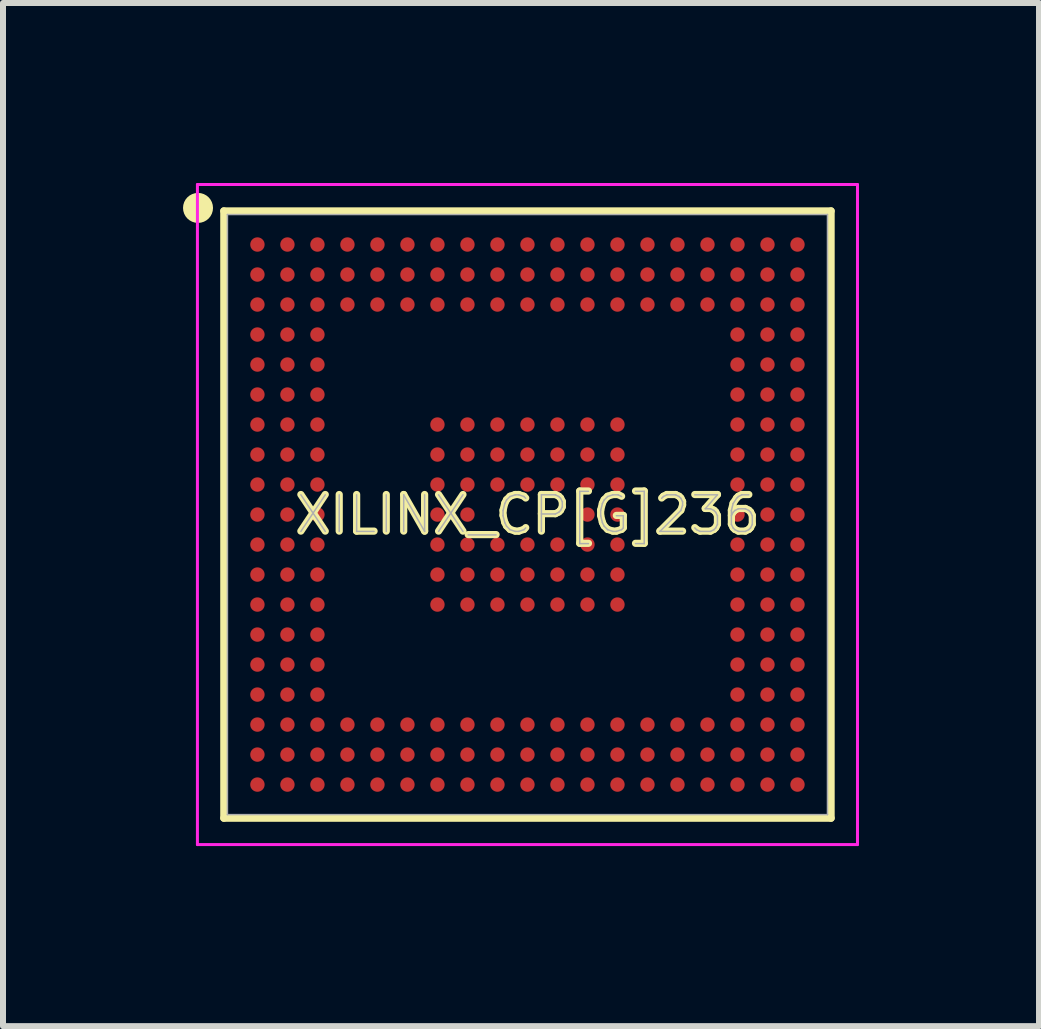
<source format=kicad_pcb>
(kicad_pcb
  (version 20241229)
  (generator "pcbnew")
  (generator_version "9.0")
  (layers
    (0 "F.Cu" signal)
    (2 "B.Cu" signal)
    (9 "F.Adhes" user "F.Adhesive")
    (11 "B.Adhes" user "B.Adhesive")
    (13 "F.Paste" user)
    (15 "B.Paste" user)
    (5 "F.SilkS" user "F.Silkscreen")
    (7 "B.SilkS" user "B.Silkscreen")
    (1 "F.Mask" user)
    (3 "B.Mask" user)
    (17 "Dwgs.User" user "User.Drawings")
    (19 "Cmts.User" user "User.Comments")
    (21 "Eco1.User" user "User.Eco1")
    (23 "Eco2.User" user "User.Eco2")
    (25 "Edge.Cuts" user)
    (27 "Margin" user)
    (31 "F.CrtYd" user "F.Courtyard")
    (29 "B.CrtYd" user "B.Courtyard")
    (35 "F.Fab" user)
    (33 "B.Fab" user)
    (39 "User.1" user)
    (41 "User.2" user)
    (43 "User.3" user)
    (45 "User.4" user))
  (footprint "XILINX_CP[G]236"
    (layer "F.Cu")
    (at 5.74 5.525)
    (property "Reference" "XILINX_CP[G]236" (at 0 0 0) (layer "F.SilkS") (effects (font (size 0.61 0.61) (thickness 0.12))))
    (attr smd)
    (fp_line (start -5.06 -5.06) (end -5.06 5.06) (stroke (width 0.12) (type solid)) (layer "F.SilkS"))
    (fp_line (start -5.06 5.06) (end 5.06 5.06) (stroke (width 0.12) (type solid)) (layer "F.SilkS"))
    (fp_line (start 5.06 -5.06) (end -5.06 -5.06) (stroke (width 0.12) (type solid)) (layer "F.SilkS"))
    (fp_line (start 5.06 5.06) (end 5.06 -5.06) (stroke (width 0.12) (type solid)) (layer "F.SilkS"))
    (fp_circle (center -5.49 -5.11) (end -5.365 -5.11) (stroke (width 0.25) (type solid)) (fill no) (layer "F.SilkS"))
    (fp_line (start -5.5 -5.5) (end 5.5 -5.5) (stroke (width 0.05) (type solid)) (layer "F.CrtYd"))
    (fp_line (start -5.5 5.5) (end -5.5 -5.5) (stroke (width 0.05) (type solid)) (layer "F.CrtYd"))
    (fp_line (start 5.5 -5.5) (end 5.5 5.5) (stroke (width 0.05) (type solid)) (layer "F.CrtYd"))
    (fp_line (start 5.5 5.5) (end -5.5 5.5) (stroke (width 0.05) (type solid)) (layer "F.CrtYd"))
    (fp_line (start -5 -5) (end 5 -5) (stroke (width 0.025) (type solid)) (layer "F.Fab"))
    (fp_line (start -5 5) (end -5 -5) (stroke (width 0.025) (type solid)) (layer "F.Fab"))
    (fp_line (start 5 -5) (end 5 5) (stroke (width 0.025) (type solid)) (layer "F.Fab"))
    (fp_line (start 5 5) (end -5 5) (stroke (width 0.025) (type solid)) (layer "F.Fab"))
    (fp_text user "${REFERENCE}" (at 0 0 0) (layer "F.Fab") (effects (font (size 0.61 0.61) (thickness 0.025))))
    (pad "A1" smd circle (at -4.5 -4.5) (size 0.24 0.24) (layers "F.Cu" "F.Mask" "F.Paste"))
    (pad "A2" smd circle (at -4 -4.5) (size 0.24 0.24) (layers "F.Cu" "F.Mask" "F.Paste"))
    (pad "A3" smd circle (at -3.5 -4.5) (size 0.24 0.24) (layers "F.Cu" "F.Mask" "F.Paste"))
    (pad "A4" smd circle (at -3 -4.5) (size 0.24 0.24) (layers "F.Cu" "F.Mask" "F.Paste"))
    (pad "A5" smd circle (at -2.5 -4.5) (size 0.24 0.24) (layers "F.Cu" "F.Mask" "F.Paste"))
    (pad "A6" smd circle (at -2 -4.5) (size 0.24 0.24) (layers "F.Cu" "F.Mask" "F.Paste"))
    (pad "A7" smd circle (at -1.5 -4.5) (size 0.24 0.24) (layers "F.Cu" "F.Mask" "F.Paste"))
    (pad "A8" smd circle (at -1 -4.5) (size 0.24 0.24) (layers "F.Cu" "F.Mask" "F.Paste"))
    (pad "A9" smd circle (at -0.5 -4.5) (size 0.24 0.24) (layers "F.Cu" "F.Mask" "F.Paste"))
    (pad "A10" smd circle (at 0 -4.5) (size 0.24 0.24) (layers "F.Cu" "F.Mask" "F.Paste"))
    (pad "A11" smd circle (at 0.5 -4.5) (size 0.24 0.24) (layers "F.Cu" "F.Mask" "F.Paste"))
    (pad "A12" smd circle (at 1 -4.5) (size 0.24 0.24) (layers "F.Cu" "F.Mask" "F.Paste"))
    (pad "A13" smd circle (at 1.5 -4.5) (size 0.24 0.24) (layers "F.Cu" "F.Mask" "F.Paste"))
    (pad "A14" smd circle (at 2 -4.5) (size 0.24 0.24) (layers "F.Cu" "F.Mask" "F.Paste"))
    (pad "A15" smd circle (at 2.5 -4.5) (size 0.24 0.24) (layers "F.Cu" "F.Mask" "F.Paste"))
    (pad "A16" smd circle (at 3 -4.5) (size 0.24 0.24) (layers "F.Cu" "F.Mask" "F.Paste"))
    (pad "A17" smd circle (at 3.5 -4.5) (size 0.24 0.24) (layers "F.Cu" "F.Mask" "F.Paste"))
    (pad "A18" smd circle (at 4 -4.5) (size 0.24 0.24) (layers "F.Cu" "F.Mask" "F.Paste"))
    (pad "A19" smd circle (at 4.5 -4.5) (size 0.24 0.24) (layers "F.Cu" "F.Mask" "F.Paste"))
    (pad "B1" smd circle (at -4.5 -4) (size 0.24 0.24) (layers "F.Cu" "F.Mask" "F.Paste"))
    (pad "B2" smd circle (at -4 -4) (size 0.24 0.24) (layers "F.Cu" "F.Mask" "F.Paste"))
    (pad "B3" smd circle (at -3.5 -4) (size 0.24 0.24) (layers "F.Cu" "F.Mask" "F.Paste"))
    (pad "B4" smd circle (at -3 -4) (size 0.24 0.24) (layers "F.Cu" "F.Mask" "F.Paste"))
    (pad "B5" smd circle (at -2.5 -4) (size 0.24 0.24) (layers "F.Cu" "F.Mask" "F.Paste"))
    (pad "B6" smd circle (at -2 -4) (size 0.24 0.24) (layers "F.Cu" "F.Mask" "F.Paste"))
    (pad "B7" smd circle (at -1.5 -4) (size 0.24 0.24) (layers "F.Cu" "F.Mask" "F.Paste"))
    (pad "B8" smd circle (at -1 -4) (size 0.24 0.24) (layers "F.Cu" "F.Mask" "F.Paste"))
    (pad "B9" smd circle (at -0.5 -4) (size 0.24 0.24) (layers "F.Cu" "F.Mask" "F.Paste"))
    (pad "B10" smd circle (at 0 -4) (size 0.24 0.24) (layers "F.Cu" "F.Mask" "F.Paste"))
    (pad "B11" smd circle (at 0.5 -4) (size 0.24 0.24) (layers "F.Cu" "F.Mask" "F.Paste"))
    (pad "B12" smd circle (at 1 -4) (size 0.24 0.24) (layers "F.Cu" "F.Mask" "F.Paste"))
    (pad "B13" smd circle (at 1.5 -4) (size 0.24 0.24) (layers "F.Cu" "F.Mask" "F.Paste"))
    (pad "B14" smd circle (at 2 -4) (size 0.24 0.24) (layers "F.Cu" "F.Mask" "F.Paste"))
    (pad "B15" smd circle (at 2.5 -4) (size 0.24 0.24) (layers "F.Cu" "F.Mask" "F.Paste"))
    (pad "B16" smd circle (at 3 -4) (size 0.24 0.24) (layers "F.Cu" "F.Mask" "F.Paste"))
    (pad "B17" smd circle (at 3.5 -4) (size 0.24 0.24) (layers "F.Cu" "F.Mask" "F.Paste"))
    (pad "B18" smd circle (at 4 -4) (size 0.24 0.24) (layers "F.Cu" "F.Mask" "F.Paste"))
    (pad "B19" smd circle (at 4.5 -4) (size 0.24 0.24) (layers "F.Cu" "F.Mask" "F.Paste"))
    (pad "C1" smd circle (at -4.5 -3.5) (size 0.24 0.24) (layers "F.Cu" "F.Mask" "F.Paste"))
    (pad "C2" smd circle (at -4 -3.5) (size 0.24 0.24) (layers "F.Cu" "F.Mask" "F.Paste"))
    (pad "C3" smd circle (at -3.5 -3.5) (size 0.24 0.24) (layers "F.Cu" "F.Mask" "F.Paste"))
    (pad "C4" smd circle (at -3 -3.5) (size 0.24 0.24) (layers "F.Cu" "F.Mask" "F.Paste"))
    (pad "C5" smd circle (at -2.5 -3.5) (size 0.24 0.24) (layers "F.Cu" "F.Mask" "F.Paste"))
    (pad "C6" smd circle (at -2 -3.5) (size 0.24 0.24) (layers "F.Cu" "F.Mask" "F.Paste"))
    (pad "C7" smd circle (at -1.5 -3.5) (size 0.24 0.24) (layers "F.Cu" "F.Mask" "F.Paste"))
    (pad "C8" smd circle (at -1 -3.5) (size 0.24 0.24) (layers "F.Cu" "F.Mask" "F.Paste"))
    (pad "C9" smd circle (at -0.5 -3.5) (size 0.24 0.24) (layers "F.Cu" "F.Mask" "F.Paste"))
    (pad "C10" smd circle (at 0 -3.5) (size 0.24 0.24) (layers "F.Cu" "F.Mask" "F.Paste"))
    (pad "C11" smd circle (at 0.5 -3.5) (size 0.24 0.24) (layers "F.Cu" "F.Mask" "F.Paste"))
    (pad "C12" smd circle (at 1 -3.5) (size 0.24 0.24) (layers "F.Cu" "F.Mask" "F.Paste"))
    (pad "C13" smd circle (at 1.5 -3.5) (size 0.24 0.24) (layers "F.Cu" "F.Mask" "F.Paste"))
    (pad "C14" smd circle (at 2 -3.5) (size 0.24 0.24) (layers "F.Cu" "F.Mask" "F.Paste"))
    (pad "C15" smd circle (at 2.5 -3.5) (size 0.24 0.24) (layers "F.Cu" "F.Mask" "F.Paste"))
    (pad "C16" smd circle (at 3 -3.5) (size 0.24 0.24) (layers "F.Cu" "F.Mask" "F.Paste"))
    (pad "C17" smd circle (at 3.5 -3.5) (size 0.24 0.24) (layers "F.Cu" "F.Mask" "F.Paste"))
    (pad "C18" smd circle (at 4 -3.5) (size 0.24 0.24) (layers "F.Cu" "F.Mask" "F.Paste"))
    (pad "C19" smd circle (at 4.5 -3.5) (size 0.24 0.24) (layers "F.Cu" "F.Mask" "F.Paste"))
    (pad "D1" smd circle (at -4.5 -3) (size 0.24 0.24) (layers "F.Cu" "F.Mask" "F.Paste"))
    (pad "D2" smd circle (at -4 -3) (size 0.24 0.24) (layers "F.Cu" "F.Mask" "F.Paste"))
    (pad "D3" smd circle (at -3.5 -3) (size 0.24 0.24) (layers "F.Cu" "F.Mask" "F.Paste"))
    (pad "D17" smd circle (at 3.5 -3) (size 0.24 0.24) (layers "F.Cu" "F.Mask" "F.Paste"))
    (pad "D18" smd circle (at 4 -3) (size 0.24 0.24) (layers "F.Cu" "F.Mask" "F.Paste"))
    (pad "D19" smd circle (at 4.5 -3) (size 0.24 0.24) (layers "F.Cu" "F.Mask" "F.Paste"))
    (pad "E1" smd circle (at -4.5 -2.5) (size 0.24 0.24) (layers "F.Cu" "F.Mask" "F.Paste"))
    (pad "E2" smd circle (at -4 -2.5) (size 0.24 0.24) (layers "F.Cu" "F.Mask" "F.Paste"))
    (pad "E3" smd circle (at -3.5 -2.5) (size 0.24 0.24) (layers "F.Cu" "F.Mask" "F.Paste"))
    (pad "E17" smd circle (at 3.5 -2.5) (size 0.24 0.24) (layers "F.Cu" "F.Mask" "F.Paste"))
    (pad "E18" smd circle (at 4 -2.5) (size 0.24 0.24) (layers "F.Cu" "F.Mask" "F.Paste"))
    (pad "E19" smd circle (at 4.5 -2.5) (size 0.24 0.24) (layers "F.Cu" "F.Mask" "F.Paste"))
    (pad "F1" smd circle (at -4.5 -2) (size 0.24 0.24) (layers "F.Cu" "F.Mask" "F.Paste"))
    (pad "F2" smd circle (at -4 -2) (size 0.24 0.24) (layers "F.Cu" "F.Mask" "F.Paste"))
    (pad "F3" smd circle (at -3.5 -2) (size 0.24 0.24) (layers "F.Cu" "F.Mask" "F.Paste"))
    (pad "F17" smd circle (at 3.5 -2) (size 0.24 0.24) (layers "F.Cu" "F.Mask" "F.Paste"))
    (pad "F18" smd circle (at 4 -2) (size 0.24 0.24) (layers "F.Cu" "F.Mask" "F.Paste"))
    (pad "F19" smd circle (at 4.5 -2) (size 0.24 0.24) (layers "F.Cu" "F.Mask" "F.Paste"))
    (pad "G1" smd circle (at -4.5 -1.5) (size 0.24 0.24) (layers "F.Cu" "F.Mask" "F.Paste"))
    (pad "G2" smd circle (at -4 -1.5) (size 0.24 0.24) (layers "F.Cu" "F.Mask" "F.Paste"))
    (pad "G3" smd circle (at -3.5 -1.5) (size 0.24 0.24) (layers "F.Cu" "F.Mask" "F.Paste"))
    (pad "G7" smd circle (at -1.5 -1.5) (size 0.24 0.24) (layers "F.Cu" "F.Mask" "F.Paste"))
    (pad "G8" smd circle (at -1 -1.5) (size 0.24 0.24) (layers "F.Cu" "F.Mask" "F.Paste"))
    (pad "G9" smd circle (at -0.5 -1.5) (size 0.24 0.24) (layers "F.Cu" "F.Mask" "F.Paste"))
    (pad "G10" smd circle (at 0 -1.5) (size 0.24 0.24) (layers "F.Cu" "F.Mask" "F.Paste"))
    (pad "G11" smd circle (at 0.5 -1.5) (size 0.24 0.24) (layers "F.Cu" "F.Mask" "F.Paste"))
    (pad "G12" smd circle (at 1 -1.5) (size 0.24 0.24) (layers "F.Cu" "F.Mask" "F.Paste"))
    (pad "G13" smd circle (at 1.5 -1.5) (size 0.24 0.24) (layers "F.Cu" "F.Mask" "F.Paste"))
    (pad "G17" smd circle (at 3.5 -1.5) (size 0.24 0.24) (layers "F.Cu" "F.Mask" "F.Paste"))
    (pad "G18" smd circle (at 4 -1.5) (size 0.24 0.24) (layers "F.Cu" "F.Mask" "F.Paste"))
    (pad "G19" smd circle (at 4.5 -1.5) (size 0.24 0.24) (layers "F.Cu" "F.Mask" "F.Paste"))
    (pad "H1" smd circle (at -4.5 -1) (size 0.24 0.24) (layers "F.Cu" "F.Mask" "F.Paste"))
    (pad "H2" smd circle (at -4 -1) (size 0.24 0.24) (layers "F.Cu" "F.Mask" "F.Paste"))
    (pad "H3" smd circle (at -3.5 -1) (size 0.24 0.24) (layers "F.Cu" "F.Mask" "F.Paste"))
    (pad "H7" smd circle (at -1.5 -1) (size 0.24 0.24) (layers "F.Cu" "F.Mask" "F.Paste"))
    (pad "H8" smd circle (at -1 -1) (size 0.24 0.24) (layers "F.Cu" "F.Mask" "F.Paste"))
    (pad "H9" smd circle (at -0.5 -1) (size 0.24 0.24) (layers "F.Cu" "F.Mask" "F.Paste"))
    (pad "H10" smd circle (at 0 -1) (size 0.24 0.24) (layers "F.Cu" "F.Mask" "F.Paste"))
    (pad "H11" smd circle (at 0.5 -1) (size 0.24 0.24) (layers "F.Cu" "F.Mask" "F.Paste"))
    (pad "H12" smd circle (at 1 -1) (size 0.24 0.24) (layers "F.Cu" "F.Mask" "F.Paste"))
    (pad "H13" smd circle (at 1.5 -1) (size 0.24 0.24) (layers "F.Cu" "F.Mask" "F.Paste"))
    (pad "H17" smd circle (at 3.5 -1) (size 0.24 0.24) (layers "F.Cu" "F.Mask" "F.Paste"))
    (pad "H18" smd circle (at 4 -1) (size 0.24 0.24) (layers "F.Cu" "F.Mask" "F.Paste"))
    (pad "H19" smd circle (at 4.5 -1) (size 0.24 0.24) (layers "F.Cu" "F.Mask" "F.Paste"))
    (pad "J1" smd circle (at -4.5 -0.5) (size 0.24 0.24) (layers "F.Cu" "F.Mask" "F.Paste"))
    (pad "J2" smd circle (at -4 -0.5) (size 0.24 0.24) (layers "F.Cu" "F.Mask" "F.Paste"))
    (pad "J3" smd circle (at -3.5 -0.5) (size 0.24 0.24) (layers "F.Cu" "F.Mask" "F.Paste"))
    (pad "J7" smd circle (at -1.5 -0.5) (size 0.24 0.24) (layers "F.Cu" "F.Mask" "F.Paste"))
    (pad "J8" smd circle (at -1 -0.5) (size 0.24 0.24) (layers "F.Cu" "F.Mask" "F.Paste"))
    (pad "J9" smd circle (at -0.5 -0.5) (size 0.24 0.24) (layers "F.Cu" "F.Mask" "F.Paste"))
    (pad "J10" smd circle (at 0 -0.5) (size 0.24 0.24) (layers "F.Cu" "F.Mask" "F.Paste"))
    (pad "J11" smd circle (at 0.5 -0.5) (size 0.24 0.24) (layers "F.Cu" "F.Mask" "F.Paste"))
    (pad "J12" smd circle (at 1 -0.5) (size 0.24 0.24) (layers "F.Cu" "F.Mask" "F.Paste"))
    (pad "J13" smd circle (at 1.5 -0.5) (size 0.24 0.24) (layers "F.Cu" "F.Mask" "F.Paste"))
    (pad "J17" smd circle (at 3.5 -0.5) (size 0.24 0.24) (layers "F.Cu" "F.Mask" "F.Paste"))
    (pad "J18" smd circle (at 4 -0.5) (size 0.24 0.24) (layers "F.Cu" "F.Mask" "F.Paste"))
    (pad "J19" smd circle (at 4.5 -0.5) (size 0.24 0.24) (layers "F.Cu" "F.Mask" "F.Paste"))
    (pad "K1" smd circle (at -4.5 0) (size 0.24 0.24) (layers "F.Cu" "F.Mask" "F.Paste"))
    (pad "K2" smd circle (at -4 0) (size 0.24 0.24) (layers "F.Cu" "F.Mask" "F.Paste"))
    (pad "K3" smd circle (at -3.5 0) (size 0.24 0.24) (layers "F.Cu" "F.Mask" "F.Paste"))
    (pad "K7" smd circle (at -1.5 0) (size 0.24 0.24) (layers "F.Cu" "F.Mask" "F.Paste"))
    (pad "K8" smd circle (at -1 0) (size 0.24 0.24) (layers "F.Cu" "F.Mask" "F.Paste"))
    (pad "K12" smd circle (at 1 0) (size 0.24 0.24) (layers "F.Cu" "F.Mask" "F.Paste"))
    (pad "K13" smd circle (at 1.5 0) (size 0.24 0.24) (layers "F.Cu" "F.Mask" "F.Paste"))
    (pad "K17" smd circle (at 3.5 0) (size 0.24 0.24) (layers "F.Cu" "F.Mask" "F.Paste"))
    (pad "K18" smd circle (at 4 0) (size 0.24 0.24) (layers "F.Cu" "F.Mask" "F.Paste"))
    (pad "K19" smd circle (at 4.5 0) (size 0.24 0.24) (layers "F.Cu" "F.Mask" "F.Paste"))
    (pad "L1" smd circle (at -4.5 0.5) (size 0.24 0.24) (layers "F.Cu" "F.Mask" "F.Paste"))
    (pad "L2" smd circle (at -4 0.5) (size 0.24 0.24) (layers "F.Cu" "F.Mask" "F.Paste"))
    (pad "L3" smd circle (at -3.5 0.5) (size 0.24 0.24) (layers "F.Cu" "F.Mask" "F.Paste"))
    (pad "L7" smd circle (at -1.5 0.5) (size 0.24 0.24) (layers "F.Cu" "F.Mask" "F.Paste"))
    (pad "L8" smd circle (at -1 0.5) (size 0.24 0.24) (layers "F.Cu" "F.Mask" "F.Paste"))
    (pad "L9" smd circle (at -0.5 0.5) (size 0.24 0.24) (layers "F.Cu" "F.Mask" "F.Paste"))
    (pad "L10" smd circle (at 0 0.5) (size 0.24 0.24) (layers "F.Cu" "F.Mask" "F.Paste"))
    (pad "L11" smd circle (at 0.5 0.5) (size 0.24 0.24) (layers "F.Cu" "F.Mask" "F.Paste"))
    (pad "L12" smd circle (at 1 0.5) (size 0.24 0.24) (layers "F.Cu" "F.Mask" "F.Paste"))
    (pad "L13" smd circle (at 1.5 0.5) (size 0.24 0.24) (layers "F.Cu" "F.Mask" "F.Paste"))
    (pad "L17" smd circle (at 3.5 0.5) (size 0.24 0.24) (layers "F.Cu" "F.Mask" "F.Paste"))
    (pad "L18" smd circle (at 4 0.5) (size 0.24 0.24) (layers "F.Cu" "F.Mask" "F.Paste"))
    (pad "L19" smd circle (at 4.5 0.5) (size 0.24 0.24) (layers "F.Cu" "F.Mask" "F.Paste"))
    (pad "M1" smd circle (at -4.5 1) (size 0.24 0.24) (layers "F.Cu" "F.Mask" "F.Paste"))
    (pad "M2" smd circle (at -4 1) (size 0.24 0.24) (layers "F.Cu" "F.Mask" "F.Paste"))
    (pad "M3" smd circle (at -3.5 1) (size 0.24 0.24) (layers "F.Cu" "F.Mask" "F.Paste"))
    (pad "M7" smd circle (at -1.5 1) (size 0.24 0.24) (layers "F.Cu" "F.Mask" "F.Paste"))
    (pad "M8" smd circle (at -1 1) (size 0.24 0.24) (layers "F.Cu" "F.Mask" "F.Paste"))
    (pad "M9" smd circle (at -0.5 1) (size 0.24 0.24) (layers "F.Cu" "F.Mask" "F.Paste"))
    (pad "M10" smd circle (at 0 1) (size 0.24 0.24) (layers "F.Cu" "F.Mask" "F.Paste"))
    (pad "M11" smd circle (at 0.5 1) (size 0.24 0.24) (layers "F.Cu" "F.Mask" "F.Paste"))
    (pad "M12" smd circle (at 1 1) (size 0.24 0.24) (layers "F.Cu" "F.Mask" "F.Paste"))
    (pad "M13" smd circle (at 1.5 1) (size 0.24 0.24) (layers "F.Cu" "F.Mask" "F.Paste"))
    (pad "M17" smd circle (at 3.5 1) (size 0.24 0.24) (layers "F.Cu" "F.Mask" "F.Paste"))
    (pad "M18" smd circle (at 4 1) (size 0.24 0.24) (layers "F.Cu" "F.Mask" "F.Paste"))
    (pad "M19" smd circle (at 4.5 1) (size 0.24 0.24) (layers "F.Cu" "F.Mask" "F.Paste"))
    (pad "N1" smd circle (at -4.5 1.5) (size 0.24 0.24) (layers "F.Cu" "F.Mask" "F.Paste"))
    (pad "N2" smd circle (at -4 1.5) (size 0.24 0.24) (layers "F.Cu" "F.Mask" "F.Paste"))
    (pad "N3" smd circle (at -3.5 1.5) (size 0.24 0.24) (layers "F.Cu" "F.Mask" "F.Paste"))
    (pad "N7" smd circle (at -1.5 1.5) (size 0.24 0.24) (layers "F.Cu" "F.Mask" "F.Paste"))
    (pad "N8" smd circle (at -1 1.5) (size 0.24 0.24) (layers "F.Cu" "F.Mask" "F.Paste"))
    (pad "N9" smd circle (at -0.5 1.5) (size 0.24 0.24) (layers "F.Cu" "F.Mask" "F.Paste"))
    (pad "N10" smd circle (at 0 1.5) (size 0.24 0.24) (layers "F.Cu" "F.Mask" "F.Paste"))
    (pad "N11" smd circle (at 0.5 1.5) (size 0.24 0.24) (layers "F.Cu" "F.Mask" "F.Paste"))
    (pad "N12" smd circle (at 1 1.5) (size 0.24 0.24) (layers "F.Cu" "F.Mask" "F.Paste"))
    (pad "N13" smd circle (at 1.5 1.5) (size 0.24 0.24) (layers "F.Cu" "F.Mask" "F.Paste"))
    (pad "N17" smd circle (at 3.5 1.5) (size 0.24 0.24) (layers "F.Cu" "F.Mask" "F.Paste"))
    (pad "N18" smd circle (at 4 1.5) (size 0.24 0.24) (layers "F.Cu" "F.Mask" "F.Paste"))
    (pad "N19" smd circle (at 4.5 1.5) (size 0.24 0.24) (layers "F.Cu" "F.Mask" "F.Paste"))
    (pad "P1" smd circle (at -4.5 2) (size 0.24 0.24) (layers "F.Cu" "F.Mask" "F.Paste"))
    (pad "P2" smd circle (at -4 2) (size 0.24 0.24) (layers "F.Cu" "F.Mask" "F.Paste"))
    (pad "P3" smd circle (at -3.5 2) (size 0.24 0.24) (layers "F.Cu" "F.Mask" "F.Paste"))
    (pad "P17" smd circle (at 3.5 2) (size 0.24 0.24) (layers "F.Cu" "F.Mask" "F.Paste"))
    (pad "P18" smd circle (at 4 2) (size 0.24 0.24) (layers "F.Cu" "F.Mask" "F.Paste"))
    (pad "P19" smd circle (at 4.5 2) (size 0.24 0.24) (layers "F.Cu" "F.Mask" "F.Paste"))
    (pad "R1" smd circle (at -4.5 2.5) (size 0.24 0.24) (layers "F.Cu" "F.Mask" "F.Paste"))
    (pad "R2" smd circle (at -4 2.5) (size 0.24 0.24) (layers "F.Cu" "F.Mask" "F.Paste"))
    (pad "R3" smd circle (at -3.5 2.5) (size 0.24 0.24) (layers "F.Cu" "F.Mask" "F.Paste"))
    (pad "R17" smd circle (at 3.5 2.5) (size 0.24 0.24) (layers "F.Cu" "F.Mask" "F.Paste"))
    (pad "R18" smd circle (at 4 2.5) (size 0.24 0.24) (layers "F.Cu" "F.Mask" "F.Paste"))
    (pad "R19" smd circle (at 4.5 2.5) (size 0.24 0.24) (layers "F.Cu" "F.Mask" "F.Paste"))
    (pad "T1" smd circle (at -4.5 3) (size 0.24 0.24) (layers "F.Cu" "F.Mask" "F.Paste"))
    (pad "T2" smd circle (at -4 3) (size 0.24 0.24) (layers "F.Cu" "F.Mask" "F.Paste"))
    (pad "T3" smd circle (at -3.5 3) (size 0.24 0.24) (layers "F.Cu" "F.Mask" "F.Paste"))
    (pad "T17" smd circle (at 3.5 3) (size 0.24 0.24) (layers "F.Cu" "F.Mask" "F.Paste"))
    (pad "T18" smd circle (at 4 3) (size 0.24 0.24) (layers "F.Cu" "F.Mask" "F.Paste"))
    (pad "T19" smd circle (at 4.5 3) (size 0.24 0.24) (layers "F.Cu" "F.Mask" "F.Paste"))
    (pad "U1" smd circle (at -4.5 3.5) (size 0.24 0.24) (layers "F.Cu" "F.Mask" "F.Paste"))
    (pad "U2" smd circle (at -4 3.5) (size 0.24 0.24) (layers "F.Cu" "F.Mask" "F.Paste"))
    (pad "U3" smd circle (at -3.5 3.5) (size 0.24 0.24) (layers "F.Cu" "F.Mask" "F.Paste"))
    (pad "U4" smd circle (at -3 3.5) (size 0.24 0.24) (layers "F.Cu" "F.Mask" "F.Paste"))
    (pad "U5" smd circle (at -2.5 3.5) (size 0.24 0.24) (layers "F.Cu" "F.Mask" "F.Paste"))
    (pad "U6" smd circle (at -2 3.5) (size 0.24 0.24) (layers "F.Cu" "F.Mask" "F.Paste"))
    (pad "U7" smd circle (at -1.5 3.5) (size 0.24 0.24) (layers "F.Cu" "F.Mask" "F.Paste"))
    (pad "U8" smd circle (at -1 3.5) (size 0.24 0.24) (layers "F.Cu" "F.Mask" "F.Paste"))
    (pad "U9" smd circle (at -0.5 3.5) (size 0.24 0.24) (layers "F.Cu" "F.Mask" "F.Paste"))
    (pad "U10" smd circle (at 0 3.5) (size 0.24 0.24) (layers "F.Cu" "F.Mask" "F.Paste"))
    (pad "U11" smd circle (at 0.5 3.5) (size 0.24 0.24) (layers "F.Cu" "F.Mask" "F.Paste"))
    (pad "U12" smd circle (at 1 3.5) (size 0.24 0.24) (layers "F.Cu" "F.Mask" "F.Paste"))
    (pad "U13" smd circle (at 1.5 3.5) (size 0.24 0.24) (layers "F.Cu" "F.Mask" "F.Paste"))
    (pad "U14" smd circle (at 2 3.5) (size 0.24 0.24) (layers "F.Cu" "F.Mask" "F.Paste"))
    (pad "U15" smd circle (at 2.5 3.5) (size 0.24 0.24) (layers "F.Cu" "F.Mask" "F.Paste"))
    (pad "U16" smd circle (at 3 3.5) (size 0.24 0.24) (layers "F.Cu" "F.Mask" "F.Paste"))
    (pad "U17" smd circle (at 3.5 3.5) (size 0.24 0.24) (layers "F.Cu" "F.Mask" "F.Paste"))
    (pad "U18" smd circle (at 4 3.5) (size 0.24 0.24) (layers "F.Cu" "F.Mask" "F.Paste"))
    (pad "U19" smd circle (at 4.5 3.5) (size 0.24 0.24) (layers "F.Cu" "F.Mask" "F.Paste"))
    (pad "V1" smd circle (at -4.5 4) (size 0.24 0.24) (layers "F.Cu" "F.Mask" "F.Paste"))
    (pad "V2" smd circle (at -4 4) (size 0.24 0.24) (layers "F.Cu" "F.Mask" "F.Paste"))
    (pad "V3" smd circle (at -3.5 4) (size 0.24 0.24) (layers "F.Cu" "F.Mask" "F.Paste"))
    (pad "V4" smd circle (at -3 4) (size 0.24 0.24) (layers "F.Cu" "F.Mask" "F.Paste"))
    (pad "V5" smd circle (at -2.5 4) (size 0.24 0.24) (layers "F.Cu" "F.Mask" "F.Paste"))
    (pad "V6" smd circle (at -2 4) (size 0.24 0.24) (layers "F.Cu" "F.Mask" "F.Paste"))
    (pad "V7" smd circle (at -1.5 4) (size 0.24 0.24) (layers "F.Cu" "F.Mask" "F.Paste"))
    (pad "V8" smd circle (at -1 4) (size 0.24 0.24) (layers "F.Cu" "F.Mask" "F.Paste"))
    (pad "V9" smd circle (at -0.5 4) (size 0.24 0.24) (layers "F.Cu" "F.Mask" "F.Paste"))
    (pad "V10" smd circle (at 0 4) (size 0.24 0.24) (layers "F.Cu" "F.Mask" "F.Paste"))
    (pad "V11" smd circle (at 0.5 4) (size 0.24 0.24) (layers "F.Cu" "F.Mask" "F.Paste"))
    (pad "V12" smd circle (at 1 4) (size 0.24 0.24) (layers "F.Cu" "F.Mask" "F.Paste"))
    (pad "V13" smd circle (at 1.5 4) (size 0.24 0.24) (layers "F.Cu" "F.Mask" "F.Paste"))
    (pad "V14" smd circle (at 2 4) (size 0.24 0.24) (layers "F.Cu" "F.Mask" "F.Paste"))
    (pad "V15" smd circle (at 2.5 4) (size 0.24 0.24) (layers "F.Cu" "F.Mask" "F.Paste"))
    (pad "V16" smd circle (at 3 4) (size 0.24 0.24) (layers "F.Cu" "F.Mask" "F.Paste"))
    (pad "V17" smd circle (at 3.5 4) (size 0.24 0.24) (layers "F.Cu" "F.Mask" "F.Paste"))
    (pad "V18" smd circle (at 4 4) (size 0.24 0.24) (layers "F.Cu" "F.Mask" "F.Paste"))
    (pad "V19" smd circle (at 4.5 4) (size 0.24 0.24) (layers "F.Cu" "F.Mask" "F.Paste"))
    (pad "W1" smd circle (at -4.5 4.5) (size 0.24 0.24) (layers "F.Cu" "F.Mask" "F.Paste"))
    (pad "W2" smd circle (at -4 4.5) (size 0.24 0.24) (layers "F.Cu" "F.Mask" "F.Paste"))
    (pad "W3" smd circle (at -3.5 4.5) (size 0.24 0.24) (layers "F.Cu" "F.Mask" "F.Paste"))
    (pad "W4" smd circle (at -3 4.5) (size 0.24 0.24) (layers "F.Cu" "F.Mask" "F.Paste"))
    (pad "W5" smd circle (at -2.5 4.5) (size 0.24 0.24) (layers "F.Cu" "F.Mask" "F.Paste"))
    (pad "W6" smd circle (at -2 4.5) (size 0.24 0.24) (layers "F.Cu" "F.Mask" "F.Paste"))
    (pad "W7" smd circle (at -1.5 4.5) (size 0.24 0.24) (layers "F.Cu" "F.Mask" "F.Paste"))
    (pad "W8" smd circle (at -1 4.5) (size 0.24 0.24) (layers "F.Cu" "F.Mask" "F.Paste"))
    (pad "W9" smd circle (at -0.5 4.5) (size 0.24 0.24) (layers "F.Cu" "F.Mask" "F.Paste"))
    (pad "W10" smd circle (at 0 4.5) (size 0.24 0.24) (layers "F.Cu" "F.Mask" "F.Paste"))
    (pad "W11" smd circle (at 0.5 4.5) (size 0.24 0.24) (layers "F.Cu" "F.Mask" "F.Paste"))
    (pad "W12" smd circle (at 1 4.5) (size 0.24 0.24) (layers "F.Cu" "F.Mask" "F.Paste"))
    (pad "W13" smd circle (at 1.5 4.5) (size 0.24 0.24) (layers "F.Cu" "F.Mask" "F.Paste"))
    (pad "W14" smd circle (at 2 4.5) (size 0.24 0.24) (layers "F.Cu" "F.Mask" "F.Paste"))
    (pad "W15" smd circle (at 2.5 4.5) (size 0.24 0.24) (layers "F.Cu" "F.Mask" "F.Paste"))
    (pad "W16" smd circle (at 3 4.5) (size 0.24 0.24) (layers "F.Cu" "F.Mask" "F.Paste"))
    (pad "W17" smd circle (at 3.5 4.5) (size 0.24 0.24) (layers "F.Cu" "F.Mask" "F.Paste"))
    (pad "W18" smd circle (at 4 4.5) (size 0.24 0.24) (layers "F.Cu" "F.Mask" "F.Paste"))
    (pad "W19" smd circle (at 4.5 4.5) (size 0.24 0.24) (layers "F.Cu" "F.Mask" "F.Paste")))
  (gr_rect
    (start -3 -3)
    (end 14.265 14.05)
    (stroke (width 0.1) (type default))
    (fill no)
    (layer "Edge.Cuts")))
</source>
